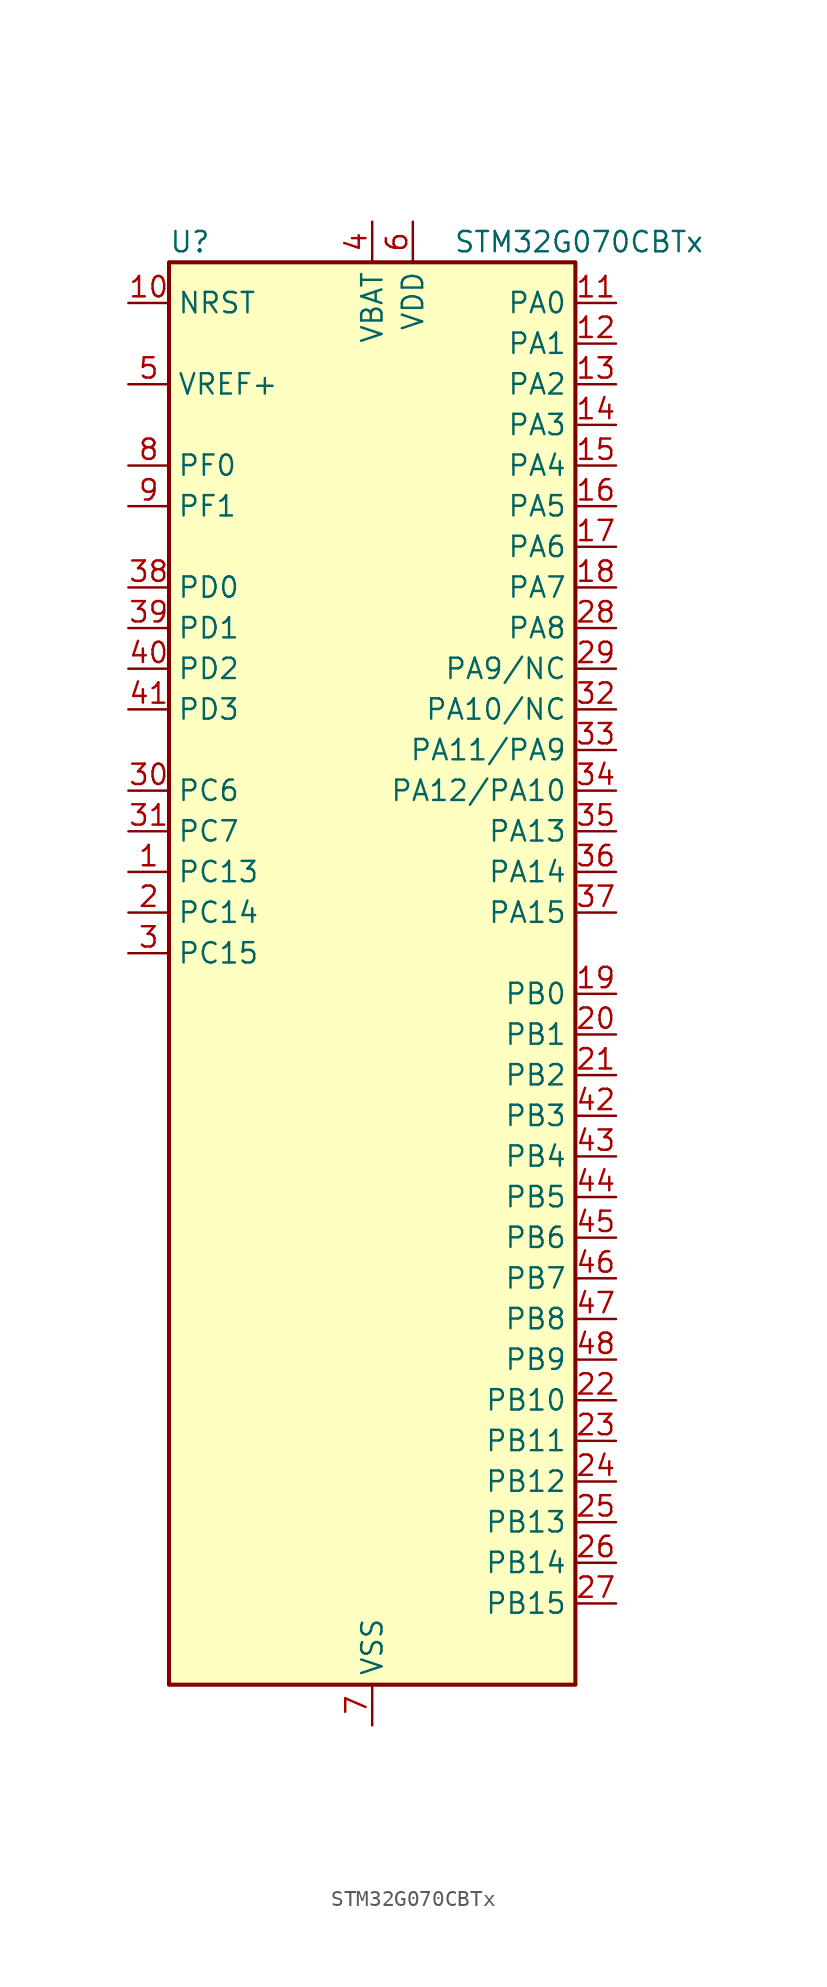
<source format=kicad_sym>
(kicad_symbol_lib
  (version 20211014)
  (generator kicad-library-utils)
  (symbol "STM32G070CBTx"
    (property "Reference" "U"
      (at -12.7 46.99 0)
      (effects (font (size 1.27 1.27)) (justify left)))
    (property "Value" "STM32G070CBTx"
      (at 5.08 46.99 0)
      (effects (font (size 1.27 1.27)) (justify left)))
    (property "ki_fp_filters" "LQFP*7x7mm*P0.5mm*"
      (at 0.0 0.0 0.0)
      (effects (font (size 1.27 1.27))))
    (symbol "STM32G070CBTx_0_1"
      (rectangle (start -12.7 -43.18) (end 12.7 45.72) (stroke (width 0.254)) (fill (type background))))
    (symbol "STM32G070CBTx_1_1"
      (pin input line (at -15.24 43.18 0) (length 2.54) (name "NRST" (effects (font (size 1.27 1.27)))) (number "10" (effects (font (size 1.27 1.27)))))
      (pin input line (at -15.24 38.1 0) (length 2.54) (name "VREF+" (effects (font (size 1.27 1.27)))) (number "5" (effects (font (size 1.27 1.27)))))
      (pin bidirectional line (at -15.24 33.02 0) (length 2.54) (name "PF0" (effects (font (size 1.27 1.27)))) (number "8" (effects (font (size 1.27 1.27)))) (alternate "RCC_OSC_IN" bidirectional line) (alternate "TIM14_CH1" bidirectional line))
      (pin bidirectional line (at -15.24 30.48 0) (length 2.54) (name "PF1" (effects (font (size 1.27 1.27)))) (number "9" (effects (font (size 1.27 1.27)))) (alternate "RCC_OSC_EN" bidirectional line) (alternate "RCC_OSC_OUT" bidirectional line) (alternate "TIM15_CH1N" bidirectional line))
      (pin bidirectional line (at -15.24 25.4 0) (length 2.54) (name "PD0" (effects (font (size 1.27 1.27)))) (number "38" (effects (font (size 1.27 1.27)))) (alternate "SPI2_NSS" bidirectional line) (alternate "TIM16_CH1" bidirectional line))
      (pin bidirectional line (at -15.24 22.86 0) (length 2.54) (name "PD1" (effects (font (size 1.27 1.27)))) (number "39" (effects (font (size 1.27 1.27)))) (alternate "SPI2_SCK" bidirectional line) (alternate "TIM17_CH1" bidirectional line))
      (pin bidirectional line (at -15.24 20.32 0) (length 2.54) (name "PD2" (effects (font (size 1.27 1.27)))) (number "40" (effects (font (size 1.27 1.27)))) (alternate "TIM1_CH1N" bidirectional line) (alternate "TIM3_ETR" bidirectional line) (alternate "USART3_CK" bidirectional line) (alternate "USART3_DE" bidirectional line) (alternate "USART3_RTS" bidirectional line))
      (pin bidirectional line (at -15.24 17.78 0) (length 2.54) (name "PD3" (effects (font (size 1.27 1.27)))) (number "41" (effects (font (size 1.27 1.27)))) (alternate "SPI2_MISO" bidirectional line) (alternate "TIM1_CH2N" bidirectional line) (alternate "USART2_CTS" bidirectional line) (alternate "USART2_NSS" bidirectional line))
      (pin bidirectional line (at -15.24 12.7 0) (length 2.54) (name "PC6" (effects (font (size 1.27 1.27)))) (number "30" (effects (font (size 1.27 1.27)))) (alternate "TIM3_CH1" bidirectional line))
      (pin bidirectional line (at -15.24 10.16 0) (length 2.54) (name "PC7" (effects (font (size 1.27 1.27)))) (number "31" (effects (font (size 1.27 1.27)))) (alternate "TIM3_CH2" bidirectional line))
      (pin bidirectional line (at -15.24 7.62 0) (length 2.54) (name "PC13" (effects (font (size 1.27 1.27)))) (number "1" (effects (font (size 1.27 1.27)))) (alternate "RTC_OUT_ALARM" bidirectional line) (alternate "RTC_OUT_CALIB" bidirectional line) (alternate "RTC_TAMP_IN1" bidirectional line) (alternate "RTC_TS" bidirectional line) (alternate "SYS_WKUP2" bidirectional line) (alternate "TIM1_BK" bidirectional line))
      (pin bidirectional line (at -15.24 5.08 0) (length 2.54) (name "PC14" (effects (font (size 1.27 1.27)))) (number "2" (effects (font (size 1.27 1.27)))) (alternate "RCC_OSC32_IN" bidirectional line) (alternate "TIM1_BK2" bidirectional line))
      (pin bidirectional line (at -15.24 2.54 0) (length 2.54) (name "PC15" (effects (font (size 1.27 1.27)))) (number "3" (effects (font (size 1.27 1.27)))) (alternate "RCC_OSC32_EN" bidirectional line) (alternate "RCC_OSC32_OUT" bidirectional line) (alternate "RCC_OSC_EN" bidirectional line) (alternate "TIM15_BK" bidirectional line))
      (pin bidirectional line (at 15.24 43.18 180) (length 2.54) (name "PA0" (effects (font (size 1.27 1.27)))) (number "11" (effects (font (size 1.27 1.27)))) (alternate "ADC1_IN0" bidirectional line) (alternate "RTC_TAMP_IN2" bidirectional line) (alternate "SPI2_SCK" bidirectional line) (alternate "SYS_WKUP1" bidirectional line) (alternate "USART2_CTS" bidirectional line) (alternate "USART2_NSS" bidirectional line) (alternate "USART4_TX" bidirectional line))
      (pin bidirectional line (at 15.24 40.64 180) (length 2.54) (name "PA1" (effects (font (size 1.27 1.27)))) (number "12" (effects (font (size 1.27 1.27)))) (alternate "ADC1_IN1" bidirectional line) (alternate "I2C1_SMBA" bidirectional line) (alternate "I2S1_CK" bidirectional line) (alternate "SPI1_SCK" bidirectional line) (alternate "TIM15_CH1N" bidirectional line) (alternate "USART2_CK" bidirectional line) (alternate "USART2_DE" bidirectional line) (alternate "USART2_RTS" bidirectional line) (alternate "USART4_RX" bidirectional line))
      (pin bidirectional line (at 15.24 38.1 180) (length 2.54) (name "PA2" (effects (font (size 1.27 1.27)))) (number "13" (effects (font (size 1.27 1.27)))) (alternate "ADC1_IN2" bidirectional line) (alternate "I2S1_SD" bidirectional line) (alternate "RCC_LSCO" bidirectional line) (alternate "SPI1_MOSI" bidirectional line) (alternate "SYS_WKUP4" bidirectional line) (alternate "TIM15_CH1" bidirectional line) (alternate "USART2_TX" bidirectional line))
      (pin bidirectional line (at 15.24 35.56 180) (length 2.54) (name "PA3" (effects (font (size 1.27 1.27)))) (number "14" (effects (font (size 1.27 1.27)))) (alternate "ADC1_IN3" bidirectional line) (alternate "SPI2_MISO" bidirectional line) (alternate "TIM15_CH2" bidirectional line) (alternate "USART2_RX" bidirectional line))
      (pin bidirectional line (at 15.24 33.02 180) (length 2.54) (name "PA4" (effects (font (size 1.27 1.27)))) (number "15" (effects (font (size 1.27 1.27)))) (alternate "ADC1_IN4" bidirectional line) (alternate "I2S1_WS" bidirectional line) (alternate "RTC_OUT_ALARM" bidirectional line) (alternate "RTC_OUT_CALIB" bidirectional line) (alternate "SPI1_NSS" bidirectional line) (alternate "SPI2_MOSI" bidirectional line) (alternate "TIM14_CH1" bidirectional line))
      (pin bidirectional line (at 15.24 30.48 180) (length 2.54) (name "PA5" (effects (font (size 1.27 1.27)))) (number "16" (effects (font (size 1.27 1.27)))) (alternate "ADC1_IN5" bidirectional line) (alternate "I2S1_CK" bidirectional line) (alternate "SPI1_SCK" bidirectional line) (alternate "USART3_TX" bidirectional line))
      (pin bidirectional line (at 15.24 27.94 180) (length 2.54) (name "PA6" (effects (font (size 1.27 1.27)))) (number "17" (effects (font (size 1.27 1.27)))) (alternate "ADC1_IN6" bidirectional line) (alternate "I2S1_MCK" bidirectional line) (alternate "SPI1_MISO" bidirectional line) (alternate "TIM16_CH1" bidirectional line) (alternate "TIM1_BK" bidirectional line) (alternate "TIM3_CH1" bidirectional line) (alternate "USART3_CTS" bidirectional line) (alternate "USART3_NSS" bidirectional line))
      (pin bidirectional line (at 15.24 25.4 180) (length 2.54) (name "PA7" (effects (font (size 1.27 1.27)))) (number "18" (effects (font (size 1.27 1.27)))) (alternate "ADC1_IN7" bidirectional line) (alternate "I2S1_SD" bidirectional line) (alternate "SPI1_MOSI" bidirectional line) (alternate "TIM14_CH1" bidirectional line) (alternate "TIM17_CH1" bidirectional line) (alternate "TIM1_CH1N" bidirectional line) (alternate "TIM3_CH2" bidirectional line))
      (pin bidirectional line (at 15.24 22.86 180) (length 2.54) (name "PA8" (effects (font (size 1.27 1.27)))) (number "28" (effects (font (size 1.27 1.27)))) (alternate "RCC_MCO" bidirectional line) (alternate "SPI2_NSS" bidirectional line) (alternate "TIM1_CH1" bidirectional line))
      (pin bidirectional line (at 15.24 20.32 180) (length 2.54) (name "PA9/NC" (effects (font (size 1.27 1.27)))) (number "29" (effects (font (size 1.27 1.27)))) (alternate "I2C1_SCL" bidirectional line) (alternate "RCC_MCO" bidirectional line) (alternate "SPI2_MISO" bidirectional line) (alternate "TIM15_BK" bidirectional line) (alternate "TIM1_CH2" bidirectional line) (alternate "USART1_TX" bidirectional line))
      (pin bidirectional line (at 15.24 17.78 180) (length 2.54) (name "PA10/NC" (effects (font (size 1.27 1.27)))) (number "32" (effects (font (size 1.27 1.27)))) (alternate "I2C1_SDA" bidirectional line) (alternate "SPI2_MOSI" bidirectional line) (alternate "TIM17_BK" bidirectional line) (alternate "TIM1_CH3" bidirectional line) (alternate "USART1_RX" bidirectional line))
      (pin bidirectional line (at 15.24 15.24 180) (length 2.54) (name "PA11/PA9" (effects (font (size 1.27 1.27)))) (number "33" (effects (font (size 1.27 1.27)))) (alternate "ADC1_EXTI11" bidirectional line) (alternate "I2C2_SCL" bidirectional line) (alternate "I2S1_MCK" bidirectional line) (alternate "SPI1_MISO" bidirectional line) (alternate "TIM1_BK2" bidirectional line) (alternate "TIM1_CH4" bidirectional line) (alternate "USART1_CTS" bidirectional line) (alternate "USART1_NSS" bidirectional line))
      (pin bidirectional line (at 15.24 12.7 180) (length 2.54) (name "PA12/PA10" (effects (font (size 1.27 1.27)))) (number "34" (effects (font (size 1.27 1.27)))) (alternate "I2C2_SDA" bidirectional line) (alternate "I2S1_SD" bidirectional line) (alternate "I2S_CKIN" bidirectional line) (alternate "SPI1_MOSI" bidirectional line) (alternate "TIM1_ETR" bidirectional line) (alternate "USART1_CK" bidirectional line) (alternate "USART1_DE" bidirectional line) (alternate "USART1_RTS" bidirectional line))
      (pin bidirectional line (at 15.24 10.16 180) (length 2.54) (name "PA13" (effects (font (size 1.27 1.27)))) (number "35" (effects (font (size 1.27 1.27)))) (alternate "IR_OUT" bidirectional line) (alternate "SYS_SWDIO" bidirectional line))
      (pin bidirectional line (at 15.24 7.62 180) (length 2.54) (name "PA14" (effects (font (size 1.27 1.27)))) (number "36" (effects (font (size 1.27 1.27)))) (alternate "SYS_SWCLK" bidirectional line) (alternate "USART2_TX" bidirectional line))
      (pin bidirectional line (at 15.24 5.08 180) (length 2.54) (name "PA15" (effects (font (size 1.27 1.27)))) (number "37" (effects (font (size 1.27 1.27)))) (alternate "I2S1_WS" bidirectional line) (alternate "SPI1_NSS" bidirectional line) (alternate "USART2_RX" bidirectional line) (alternate "USART3_CK" bidirectional line) (alternate "USART3_DE" bidirectional line) (alternate "USART3_RTS" bidirectional line) (alternate "USART4_CK" bidirectional line) (alternate "USART4_DE" bidirectional line) (alternate "USART4_RTS" bidirectional line))
      (pin bidirectional line (at 15.24 0.0 180) (length 2.54) (name "PB0" (effects (font (size 1.27 1.27)))) (number "19" (effects (font (size 1.27 1.27)))) (alternate "ADC1_IN8" bidirectional line) (alternate "I2S1_WS" bidirectional line) (alternate "SPI1_NSS" bidirectional line) (alternate "TIM1_CH2N" bidirectional line) (alternate "TIM3_CH3" bidirectional line) (alternate "USART3_RX" bidirectional line))
      (pin bidirectional line (at 15.24 -2.54 180) (length 2.54) (name "PB1" (effects (font (size 1.27 1.27)))) (number "20" (effects (font (size 1.27 1.27)))) (alternate "ADC1_IN9" bidirectional line) (alternate "TIM14_CH1" bidirectional line) (alternate "TIM1_CH3N" bidirectional line) (alternate "TIM3_CH4" bidirectional line) (alternate "USART3_CK" bidirectional line) (alternate "USART3_DE" bidirectional line) (alternate "USART3_RTS" bidirectional line))
      (pin bidirectional line (at 15.24 -5.08 180) (length 2.54) (name "PB2" (effects (font (size 1.27 1.27)))) (number "21" (effects (font (size 1.27 1.27)))) (alternate "ADC1_IN10" bidirectional line) (alternate "SPI2_MISO" bidirectional line) (alternate "USART3_TX" bidirectional line))
      (pin bidirectional line (at 15.24 -7.62 180) (length 2.54) (name "PB3" (effects (font (size 1.27 1.27)))) (number "42" (effects (font (size 1.27 1.27)))) (alternate "I2S1_CK" bidirectional line) (alternate "SPI1_SCK" bidirectional line) (alternate "TIM1_CH2" bidirectional line) (alternate "USART1_CK" bidirectional line) (alternate "USART1_DE" bidirectional line) (alternate "USART1_RTS" bidirectional line))
      (pin bidirectional line (at 15.24 -10.16 180) (length 2.54) (name "PB4" (effects (font (size 1.27 1.27)))) (number "43" (effects (font (size 1.27 1.27)))) (alternate "I2S1_MCK" bidirectional line) (alternate "SPI1_MISO" bidirectional line) (alternate "TIM17_BK" bidirectional line) (alternate "TIM3_CH1" bidirectional line) (alternate "USART1_CTS" bidirectional line) (alternate "USART1_NSS" bidirectional line))
      (pin bidirectional line (at 15.24 -12.7 180) (length 2.54) (name "PB5" (effects (font (size 1.27 1.27)))) (number "44" (effects (font (size 1.27 1.27)))) (alternate "I2C1_SMBA" bidirectional line) (alternate "I2S1_SD" bidirectional line) (alternate "SPI1_MOSI" bidirectional line) (alternate "SYS_WKUP6" bidirectional line) (alternate "TIM16_BK" bidirectional line) (alternate "TIM3_CH2" bidirectional line))
      (pin bidirectional line (at 15.24 -15.24 180) (length 2.54) (name "PB6" (effects (font (size 1.27 1.27)))) (number "45" (effects (font (size 1.27 1.27)))) (alternate "I2C1_SCL" bidirectional line) (alternate "SPI2_MISO" bidirectional line) (alternate "TIM16_CH1N" bidirectional line) (alternate "TIM1_CH3" bidirectional line) (alternate "USART1_TX" bidirectional line))
      (pin bidirectional line (at 15.24 -17.78 180) (length 2.54) (name "PB7" (effects (font (size 1.27 1.27)))) (number "46" (effects (font (size 1.27 1.27)))) (alternate "I2C1_SDA" bidirectional line) (alternate "SPI2_MOSI" bidirectional line) (alternate "TIM17_CH1N" bidirectional line) (alternate "USART1_RX" bidirectional line) (alternate "USART4_CTS" bidirectional line) (alternate "USART4_NSS" bidirectional line))
      (pin bidirectional line (at 15.24 -20.32 180) (length 2.54) (name "PB8" (effects (font (size 1.27 1.27)))) (number "47" (effects (font (size 1.27 1.27)))) (alternate "I2C1_SCL" bidirectional line) (alternate "SPI2_SCK" bidirectional line) (alternate "TIM15_BK" bidirectional line) (alternate "TIM16_CH1" bidirectional line) (alternate "USART3_TX" bidirectional line))
      (pin bidirectional line (at 15.24 -22.86 180) (length 2.54) (name "PB9" (effects (font (size 1.27 1.27)))) (number "48" (effects (font (size 1.27 1.27)))) (alternate "I2C1_SDA" bidirectional line) (alternate "IR_OUT" bidirectional line) (alternate "SPI2_NSS" bidirectional line) (alternate "TIM17_CH1" bidirectional line) (alternate "USART3_RX" bidirectional line))
      (pin bidirectional line (at 15.24 -25.4 180) (length 2.54) (name "PB10" (effects (font (size 1.27 1.27)))) (number "22" (effects (font (size 1.27 1.27)))) (alternate "ADC1_IN11" bidirectional line) (alternate "I2C2_SCL" bidirectional line) (alternate "SPI2_SCK" bidirectional line) (alternate "USART3_TX" bidirectional line))
      (pin bidirectional line (at 15.24 -27.94 180) (length 2.54) (name "PB11" (effects (font (size 1.27 1.27)))) (number "23" (effects (font (size 1.27 1.27)))) (alternate "ADC1_EXTI11" bidirectional line) (alternate "ADC1_IN15" bidirectional line) (alternate "I2C2_SDA" bidirectional line) (alternate "SPI2_MOSI" bidirectional line) (alternate "USART3_RX" bidirectional line))
      (pin bidirectional line (at 15.24 -30.48 180) (length 2.54) (name "PB12" (effects (font (size 1.27 1.27)))) (number "24" (effects (font (size 1.27 1.27)))) (alternate "ADC1_IN16" bidirectional line) (alternate "SPI2_NSS" bidirectional line) (alternate "TIM15_BK" bidirectional line) (alternate "TIM1_BK" bidirectional line))
      (pin bidirectional line (at 15.24 -33.02 180) (length 2.54) (name "PB13" (effects (font (size 1.27 1.27)))) (number "25" (effects (font (size 1.27 1.27)))) (alternate "I2C2_SCL" bidirectional line) (alternate "SPI2_SCK" bidirectional line) (alternate "TIM15_CH1N" bidirectional line) (alternate "TIM1_CH1N" bidirectional line) (alternate "USART3_CTS" bidirectional line) (alternate "USART3_NSS" bidirectional line))
      (pin bidirectional line (at 15.24 -35.56 180) (length 2.54) (name "PB14" (effects (font (size 1.27 1.27)))) (number "26" (effects (font (size 1.27 1.27)))) (alternate "I2C2_SDA" bidirectional line) (alternate "SPI2_MISO" bidirectional line) (alternate "TIM15_CH1" bidirectional line) (alternate "TIM1_CH2N" bidirectional line) (alternate "USART3_CK" bidirectional line) (alternate "USART3_DE" bidirectional line) (alternate "USART3_RTS" bidirectional line))
      (pin bidirectional line (at 15.24 -38.1 180) (length 2.54) (name "PB15" (effects (font (size 1.27 1.27)))) (number "27" (effects (font (size 1.27 1.27)))) (alternate "RTC_REFIN" bidirectional line) (alternate "SPI2_MOSI" bidirectional line) (alternate "TIM15_CH1N" bidirectional line) (alternate "TIM15_CH2" bidirectional line) (alternate "TIM1_CH3N" bidirectional line))
      (pin power_in line (at 0.0 48.26 270) (length 2.54) (name "VBAT" (effects (font (size 1.27 1.27)))) (number "4" (effects (font (size 1.27 1.27)))))
      (pin power_in line (at 2.54 48.26 270) (length 2.54) (name "VDD" (effects (font (size 1.27 1.27)))) (number "6" (effects (font (size 1.27 1.27)))))
      (pin power_in line (at 0.0 -45.72 90) (length 2.54) (name "VSS" (effects (font (size 1.27 1.27)))) (number "7" (effects (font (size 1.27 1.27))))))))
</source>
